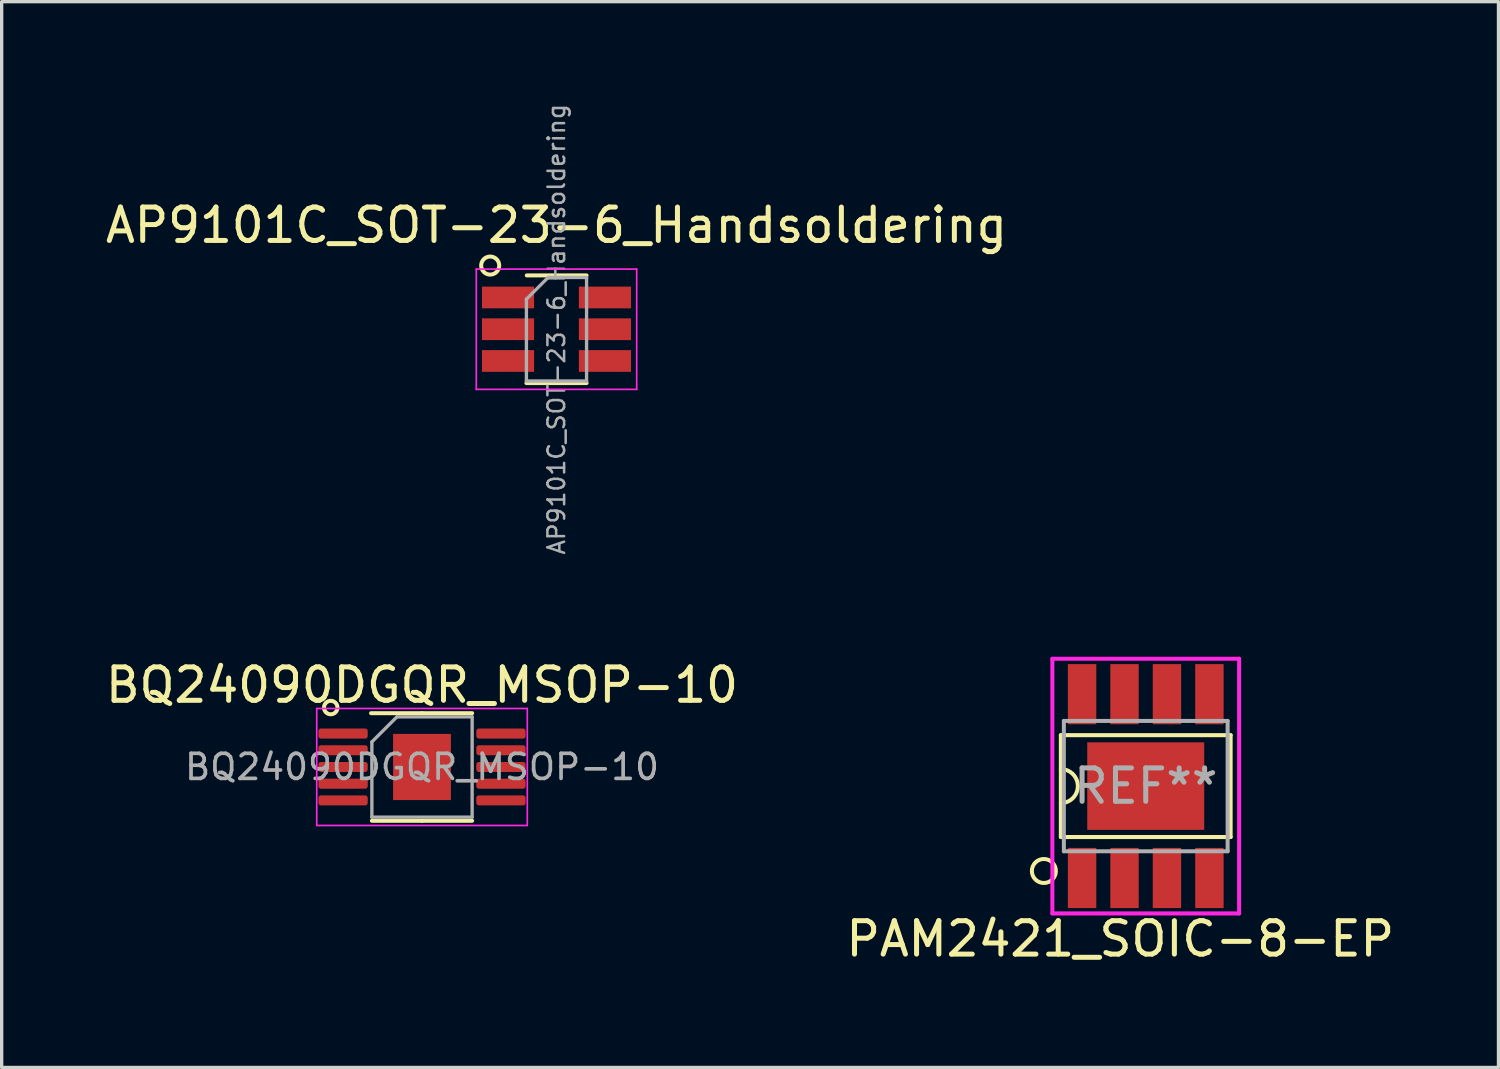
<source format=kicad_pcb>
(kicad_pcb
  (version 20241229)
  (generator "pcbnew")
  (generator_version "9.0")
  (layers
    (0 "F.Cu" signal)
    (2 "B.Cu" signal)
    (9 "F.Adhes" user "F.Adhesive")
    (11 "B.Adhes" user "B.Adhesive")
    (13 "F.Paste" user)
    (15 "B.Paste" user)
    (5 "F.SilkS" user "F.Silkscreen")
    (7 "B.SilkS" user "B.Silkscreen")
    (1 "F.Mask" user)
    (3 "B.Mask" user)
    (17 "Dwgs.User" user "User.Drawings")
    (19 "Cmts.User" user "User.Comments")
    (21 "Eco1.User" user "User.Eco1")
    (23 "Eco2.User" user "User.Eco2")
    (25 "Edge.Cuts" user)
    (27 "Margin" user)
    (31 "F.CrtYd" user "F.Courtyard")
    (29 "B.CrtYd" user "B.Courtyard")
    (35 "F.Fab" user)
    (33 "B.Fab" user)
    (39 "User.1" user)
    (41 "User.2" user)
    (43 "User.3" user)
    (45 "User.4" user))
  (footprint "BQ24090DGQR_MSOP-10"
    (layer "F.Cu")
    (at 9.577 19.899)
    (property "Reference" "BQ24090DGQR_MSOP-10" (at 0 -2.45 0) (layer "F.SilkS") (effects (font (size 1 1) (thickness 0.15))))
    (attr smd)
    (fp_line (start 0 -1.61) (end -1.524 -1.61) (stroke (width 0.12) (type solid)) (layer "F.SilkS"))
    (fp_line (start 0 -1.61) (end 1.5 -1.61) (stroke (width 0.12) (type solid)) (layer "F.SilkS"))
    (fp_line (start 0 1.61) (end -1.5 1.61) (stroke (width 0.12) (type solid)) (layer "F.SilkS"))
    (fp_line (start 0 1.61) (end 1.5 1.61) (stroke (width 0.12) (type solid)) (layer "F.SilkS"))
    (fp_circle (center -2.731 -1.778) (end -2.54 -1.714) (stroke (width 0.12) (type solid)) (fill no) (layer "F.SilkS"))
    (fp_line (start -3.15 -1.75) (end -3.15 1.75) (stroke (width 0.05) (type solid)) (layer "F.CrtYd"))
    (fp_line (start -3.15 1.75) (end 3.15 1.75) (stroke (width 0.05) (type solid)) (layer "F.CrtYd"))
    (fp_line (start 3.15 -1.75) (end -3.15 -1.75) (stroke (width 0.05) (type solid)) (layer "F.CrtYd"))
    (fp_line (start 3.15 1.75) (end 3.15 -1.75) (stroke (width 0.05) (type solid)) (layer "F.CrtYd"))
    (fp_line (start -1.5 -0.75) (end -0.75 -1.5) (stroke (width 0.1) (type solid)) (layer "F.Fab"))
    (fp_line (start -1.5 1.5) (end -1.5 -0.75) (stroke (width 0.1) (type solid)) (layer "F.Fab"))
    (fp_line (start -0.75 -1.5) (end 1.5 -1.5) (stroke (width 0.1) (type solid)) (layer "F.Fab"))
    (fp_line (start 1.5 -1.5) (end 1.5 1.5) (stroke (width 0.1) (type solid)) (layer "F.Fab"))
    (fp_line (start 1.5 1.5) (end -1.5 1.5) (stroke (width 0.1) (type solid)) (layer "F.Fab"))
    (fp_text user "${REFERENCE}" (at 0 0 0) (layer "F.Fab") (effects (font (size 0.75 0.75) (thickness 0.11))))
    (pad "" smd roundrect (at -0.43 -0.495) (size 0.7 0.8) (layers "F.Paste") (roundrect_rratio 0.25))
    (pad "" smd roundrect (at -0.43 0.495) (size 0.7 0.8) (layers "F.Paste") (roundrect_rratio 0.25))
    (pad "" smd roundrect (at 0.43 -0.495) (size 0.7 0.8) (layers "F.Paste") (roundrect_rratio 0.25))
    (pad "" smd roundrect (at 0.43 0.495) (size 0.7 0.8) (layers "F.Paste") (roundrect_rratio 0.25))
    (pad "1" smd roundrect (at -2.362 -1) (size 1.475 0.3) (layers "F.Cu" "F.Mask" "F.Paste") (roundrect_rratio 0.25))
    (pad "2" smd roundrect (at -2.362 -0.5) (size 1.475 0.3) (layers "F.Cu" "F.Mask" "F.Paste") (roundrect_rratio 0.25))
    (pad "3" smd roundrect (at -2.362 0) (size 1.475 0.3) (layers "F.Cu" "F.Mask" "F.Paste") (roundrect_rratio 0.25))
    (pad "4" smd roundrect (at -2.362 0.5) (size 1.475 0.3) (layers "F.Cu" "F.Mask" "F.Paste") (roundrect_rratio 0.25))
    (pad "5" smd roundrect (at -2.362 1) (size 1.475 0.3) (layers "F.Cu" "F.Mask" "F.Paste") (roundrect_rratio 0.25))
    (pad "6" smd roundrect (at 2.362 1) (size 1.475 0.3) (layers "F.Cu" "F.Mask" "F.Paste") (roundrect_rratio 0.25))
    (pad "7" smd roundrect (at 2.362 0.5) (size 1.475 0.3) (layers "F.Cu" "F.Mask" "F.Paste") (roundrect_rratio 0.25))
    (pad "8" smd roundrect (at 2.362 0) (size 1.475 0.3) (layers "F.Cu" "F.Mask" "F.Paste") (roundrect_rratio 0.25))
    (pad "9" smd roundrect (at 2.362 -0.5) (size 1.475 0.3) (layers "F.Cu" "F.Mask" "F.Paste") (roundrect_rratio 0.25))
    (pad "10" smd roundrect (at 2.362 -1) (size 1.475 0.3) (layers "F.Cu" "F.Mask" "F.Paste") (roundrect_rratio 0.25))
    (pad "11" smd rect (at 0 0) (size 1.73 1.98) (layers "F.Cu" "F.Mask")))
  (footprint "PAM2421_SOIC-8-EP"
    (layer "F.Cu")
    (at 31.232 20.471)
    (property "Reference" "PAM2421_SOIC-8-EP" (at -0.762 4.572 0) (layer "F.SilkS") (effects (font (size 1 1) (thickness 0.15))))
    (attr smd)
    (fp_line (start -2.54 -1.524) (end 2.54 -1.524) (stroke (width 0.12) (type solid)) (layer "F.SilkS"))
    (fp_line (start -2.54 1.524) (end -2.54 -1.524) (stroke (width 0.12) (type solid)) (layer "F.SilkS"))
    (fp_line (start 2.54 -1.524) (end 2.54 1.524) (stroke (width 0.12) (type solid)) (layer "F.SilkS"))
    (fp_line (start 2.54 1.524) (end -2.54 1.524) (stroke (width 0.12) (type solid)) (layer "F.SilkS"))
    (fp_arc (start -2.54 -0.508) (mid -2.032 0) (end -2.54 0.508) (stroke (width 0.12) (type solid)) (layer "F.SilkS"))
    (fp_circle (center -3.048 2.54) (end -2.689 2.54) (stroke (width 0.12) (type solid)) (fill no) (layer "F.SilkS"))
    (fp_line (start -2.794 -3.81) (end -2.794 3.81) (stroke (width 0.12) (type solid)) (layer "F.CrtYd"))
    (fp_line (start -2.794 3.81) (end 2.794 3.81) (stroke (width 0.12) (type solid)) (layer "F.CrtYd"))
    (fp_line (start 2.794 -3.81) (end -2.794 -3.81) (stroke (width 0.12) (type solid)) (layer "F.CrtYd"))
    (fp_line (start 2.794 3.81) (end 2.794 -3.81) (stroke (width 0.12) (type solid)) (layer "F.CrtYd"))
    (fp_line (start -2.45 -1.95) (end -2.45 1.95) (stroke (width 0.12) (type solid)) (layer "F.Fab"))
    (fp_line (start -2.45 -1.95) (end 2.45 -1.95) (stroke (width 0.12) (type solid)) (layer "F.Fab"))
    (fp_line (start -2.45 1.95) (end 2.45 1.95) (stroke (width 0.12) (type solid)) (layer "F.Fab"))
    (fp_line (start 2.45 -1.95) (end 2.45 1.95) (stroke (width 0.12) (type solid)) (layer "F.Fab"))
    (fp_text user "REF**" (at 0 0 0) (layer "F.Fab") (effects (font (size 1 1) (thickness 0.15))))
    (pad "1" smd rect (at -1.905 2.75) (size 0.85 1.8) (layers "F.Cu" "F.Mask" "F.Paste"))
    (pad "2" smd rect (at -0.635 2.75) (size 0.85 1.8) (layers "F.Cu" "F.Mask" "F.Paste"))
    (pad "3" smd rect (at 0.635 2.75) (size 0.85 1.8) (layers "F.Cu" "F.Mask" "F.Paste"))
    (pad "4" smd rect (at 1.905 2.75) (size 0.85 1.8) (layers "F.Cu" "F.Mask" "F.Paste"))
    (pad "5" smd rect (at 1.905 -2.75) (size 0.85 1.8) (layers "F.Cu" "F.Mask" "F.Paste"))
    (pad "6" smd rect (at 0.635 -2.75) (size 0.85 1.8) (layers "F.Cu" "F.Mask" "F.Paste"))
    (pad "7" smd rect (at -0.635 -2.75) (size 0.85 1.8) (layers "F.Cu" "F.Mask" "F.Paste"))
    (pad "8" smd rect (at -1.905 -2.75) (size 0.85 1.8) (layers "F.Cu" "F.Mask" "F.Paste"))
    (pad "9" smd rect (at 0 0) (size 3.5 2.62) (layers "F.Cu" "F.Mask" "F.Paste")))
  (footprint "AP9101C_SOT-23-6_Handsoldering"
    (layer "F.Cu")
    (at 13.601 6.801)
    (property "Reference" "AP9101C_SOT-23-6_Handsoldering" (at 0 -3.111 0) (layer "F.SilkS") (effects (font (size 1 1) (thickness 0.15))))
    (attr smd)
    (fp_line (start -0.9 1.61) (end 0.9 1.61) (stroke (width 0.12) (type solid)) (layer "F.SilkS"))
    (fp_line (start 0.9 -1.61) (end -0.889 -1.61) (stroke (width 0.12) (type solid)) (layer "F.SilkS"))
    (fp_circle (center -1.984 -1.905) (end -1.793 -1.714) (stroke (width 0.12) (type solid)) (fill no) (layer "F.SilkS"))
    (fp_line (start -2.4 -1.8) (end 2.4 -1.8) (stroke (width 0.05) (type solid)) (layer "F.CrtYd"))
    (fp_line (start -2.4 1.8) (end -2.4 -1.8) (stroke (width 0.05) (type solid)) (layer "F.CrtYd"))
    (fp_line (start 2.4 -1.8) (end 2.4 1.8) (stroke (width 0.05) (type solid)) (layer "F.CrtYd"))
    (fp_line (start 2.4 1.8) (end -2.4 1.8) (stroke (width 0.05) (type solid)) (layer "F.CrtYd"))
    (fp_line (start -0.9 -0.9) (end -0.9 1.55) (stroke (width 0.1) (type solid)) (layer "F.Fab"))
    (fp_line (start -0.9 -0.9) (end -0.25 -1.55) (stroke (width 0.1) (type solid)) (layer "F.Fab"))
    (fp_line (start 0.9 -1.55) (end -0.25 -1.55) (stroke (width 0.1) (type solid)) (layer "F.Fab"))
    (fp_line (start 0.9 -1.55) (end 0.9 1.55) (stroke (width 0.1) (type solid)) (layer "F.Fab"))
    (fp_line (start 0.9 1.55) (end -0.9 1.55) (stroke (width 0.1) (type solid)) (layer "F.Fab"))
    (fp_text user "${REFERENCE}" (at 0 0 90) (layer "F.Fab") (effects (font (size 0.5 0.5) (thickness 0.075))))
    (pad "1" smd rect (at -1.45 -0.95) (size 1.56 0.65) (layers "F.Cu" "F.Mask" "F.Paste"))
    (pad "2" smd rect (at -1.45 0) (size 1.56 0.65) (layers "F.Cu" "F.Mask" "F.Paste"))
    (pad "3" smd rect (at -1.45 0.95) (size 1.56 0.65) (layers "F.Cu" "F.Mask" "F.Paste"))
    (pad "4" smd rect (at 1.45 0.95) (size 1.56 0.65) (layers "F.Cu" "F.Mask" "F.Paste"))
    (pad "5" smd rect (at 1.45 0) (size 1.56 0.65) (layers "F.Cu" "F.Mask" "F.Paste"))
    (pad "6" smd rect (at 1.45 -0.95) (size 1.56 0.65) (layers "F.Cu" "F.Mask" "F.Paste")))
  (gr_rect
    (start -3 -3)
    (end 41.786 28.891)
    (stroke (width 0.1) (type default))
    (fill no)
    (layer "Edge.Cuts")))
</source>
